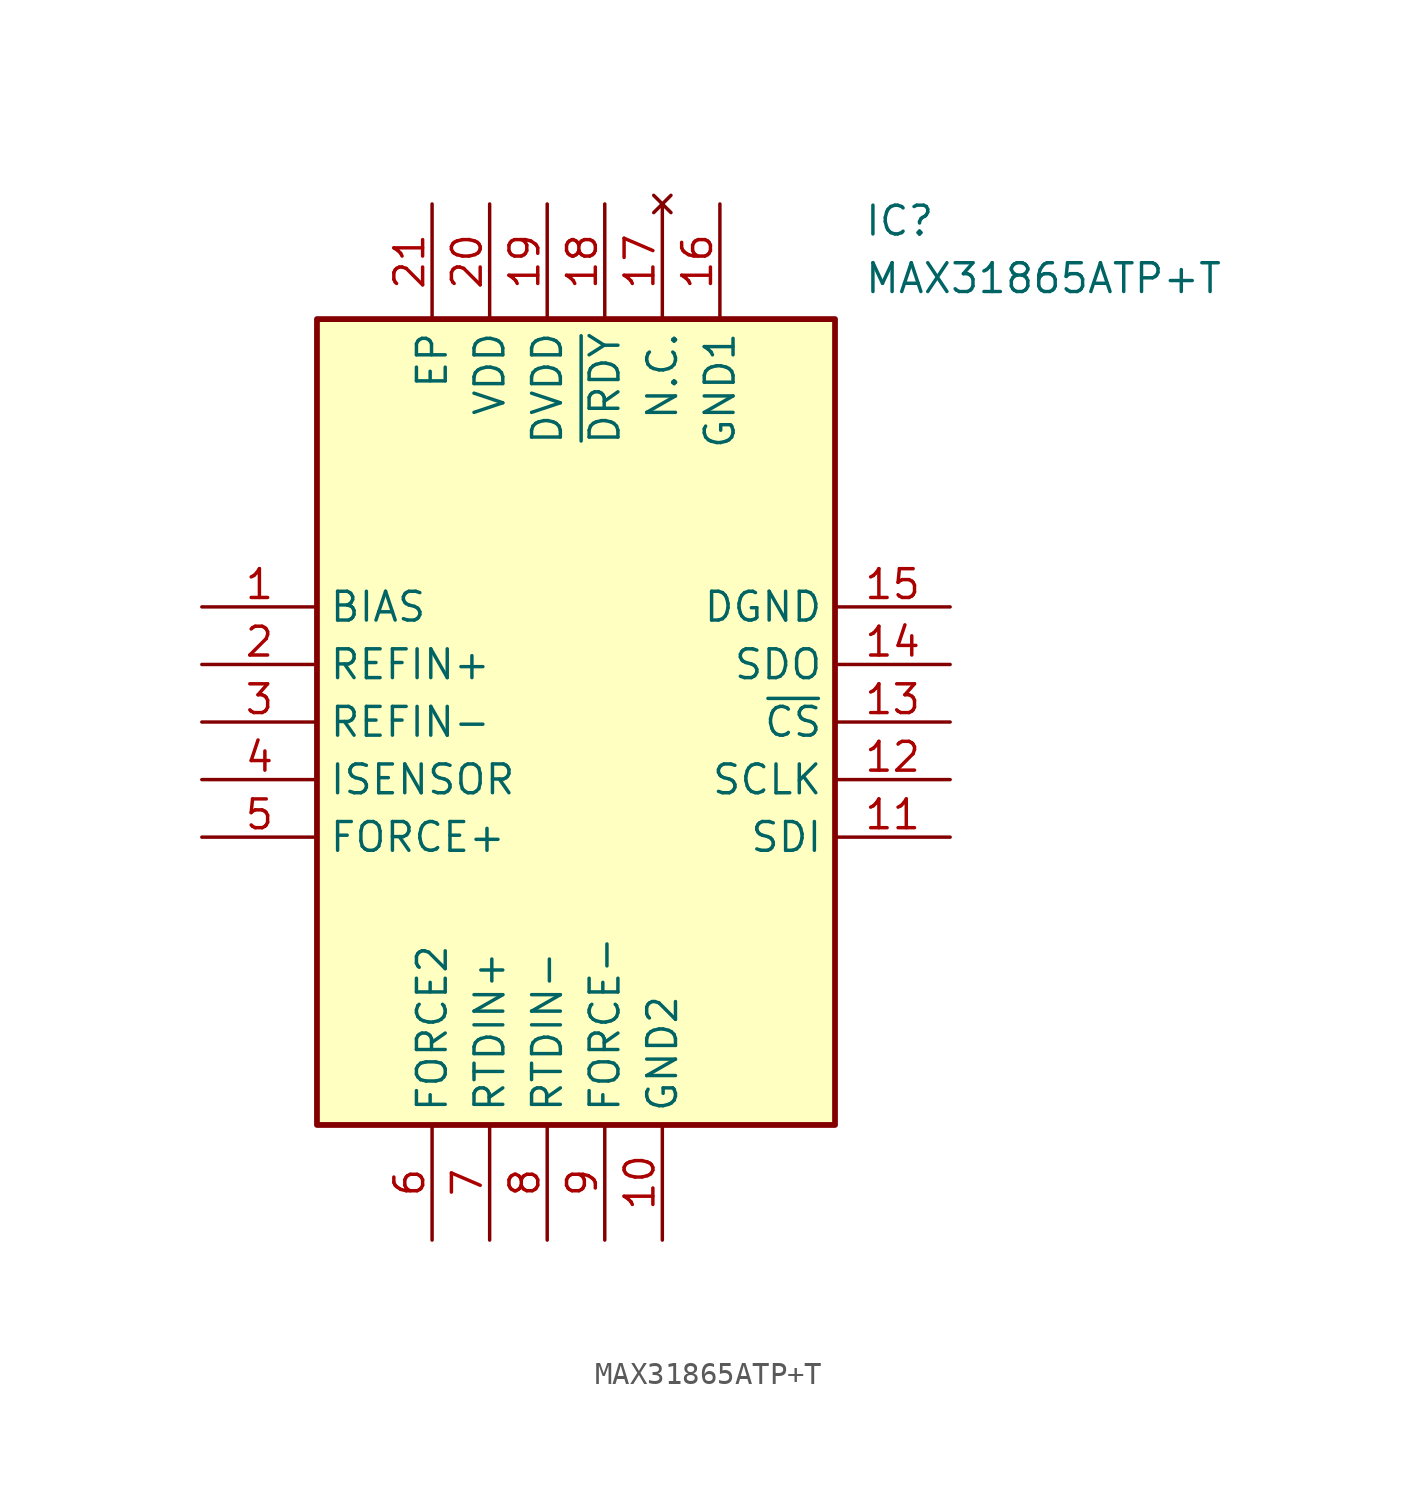
<source format=kicad_sym>
(kicad_symbol_lib
  (version 20211014)
  (generator SamacSys_ECAD_Model)
  (symbol "MAX31865ATP+T"
    (property "Reference" "IC"
      (at 29.21 17.78 0)
      (effects (font (size 1.27 1.27)) (justify left top)))
    (property "Value" "MAX31865ATP+T"
      (at 29.21 15.24 0)
      (effects (font (size 1.27 1.27)) (justify left top)))
    (rectangle
      (start 5.08 12.7)
      (end 27.94 -22.86)
      (stroke (width 0.254) (type default))
      (fill (type background)))
    (pin passive line
      (at 0 0 0)
      (length 5.08)
      (name "BIAS" (effects (font (size 1.27 1.27))))
      (number "1" (effects (font (size 1.27 1.27)))))
    (pin passive line
      (at 0 -2.54 0)
      (length 5.08)
      (name "REFIN+" (effects (font (size 1.27 1.27))))
      (number "2" (effects (font (size 1.27 1.27)))))
    (pin passive line
      (at 0 -5.08 0)
      (length 5.08)
      (name "REFIN-" (effects (font (size 1.27 1.27))))
      (number "3" (effects (font (size 1.27 1.27)))))
    (pin passive line
      (at 0 -7.62 0)
      (length 5.08)
      (name "ISENSOR" (effects (font (size 1.27 1.27))))
      (number "4" (effects (font (size 1.27 1.27)))))
    (pin passive line
      (at 0 -10.16 0)
      (length 5.08)
      (name "FORCE+" (effects (font (size 1.27 1.27))))
      (number "5" (effects (font (size 1.27 1.27)))))
    (pin passive line
      (at 10.16 -27.94 90)
      (length 5.08)
      (name "FORCE2" (effects (font (size 1.27 1.27))))
      (number "6" (effects (font (size 1.27 1.27)))))
    (pin passive line
      (at 12.7 -27.94 90)
      (length 5.08)
      (name "RTDIN+" (effects (font (size 1.27 1.27))))
      (number "7" (effects (font (size 1.27 1.27)))))
    (pin passive line
      (at 15.24 -27.94 90)
      (length 5.08)
      (name "RTDIN-" (effects (font (size 1.27 1.27))))
      (number "8" (effects (font (size 1.27 1.27)))))
    (pin passive line
      (at 17.78 -27.94 90)
      (length 5.08)
      (name "FORCE-" (effects (font (size 1.27 1.27))))
      (number "9" (effects (font (size 1.27 1.27)))))
    (pin passive line
      (at 20.32 -27.94 90)
      (length 5.08)
      (name "GND2" (effects (font (size 1.27 1.27))))
      (number "10" (effects (font (size 1.27 1.27)))))
    (pin passive line
      (at 33.02 0 180)
      (length 5.08)
      (name "DGND" (effects (font (size 1.27 1.27))))
      (number "15" (effects (font (size 1.27 1.27)))))
    (pin passive line
      (at 33.02 -2.54 180)
      (length 5.08)
      (name "SDO" (effects (font (size 1.27 1.27))))
      (number "14" (effects (font (size 1.27 1.27)))))
    (pin passive line
      (at 33.02 -5.08 180)
      (length 5.08)
      (name "~{CS}" (effects (font (size 1.27 1.27))))
      (number "13" (effects (font (size 1.27 1.27)))))
    (pin passive line
      (at 33.02 -7.62 180)
      (length 5.08)
      (name "SCLK" (effects (font (size 1.27 1.27))))
      (number "12" (effects (font (size 1.27 1.27)))))
    (pin passive line
      (at 33.02 -10.16 180)
      (length 5.08)
      (name "SDI" (effects (font (size 1.27 1.27))))
      (number "11" (effects (font (size 1.27 1.27)))))
    (pin passive line
      (at 10.16 17.78 270)
      (length 5.08)
      (name "EP" (effects (font (size 1.27 1.27))))
      (number "21" (effects (font (size 1.27 1.27)))))
    (pin passive line
      (at 12.7 17.78 270)
      (length 5.08)
      (name "VDD" (effects (font (size 1.27 1.27))))
      (number "20" (effects (font (size 1.27 1.27)))))
    (pin passive line
      (at 15.24 17.78 270)
      (length 5.08)
      (name "DVDD" (effects (font (size 1.27 1.27))))
      (number "19" (effects (font (size 1.27 1.27)))))
    (pin passive line
      (at 17.78 17.78 270)
      (length 5.08)
      (name "~{DRDY}" (effects (font (size 1.27 1.27))))
      (number "18" (effects (font (size 1.27 1.27)))))
    (pin no_connect line
      (at 20.32 17.78 270)
      (length 5.08)
      (name "N.C." (effects (font (size 1.27 1.27))))
      (number "17" (effects (font (size 1.27 1.27)))))
    (pin passive line
      (at 22.86 17.78 270)
      (length 5.08)
      (name "GND1" (effects (font (size 1.27 1.27))))
      (number "16" (effects (font (size 1.27 1.27)))))))
</source>
